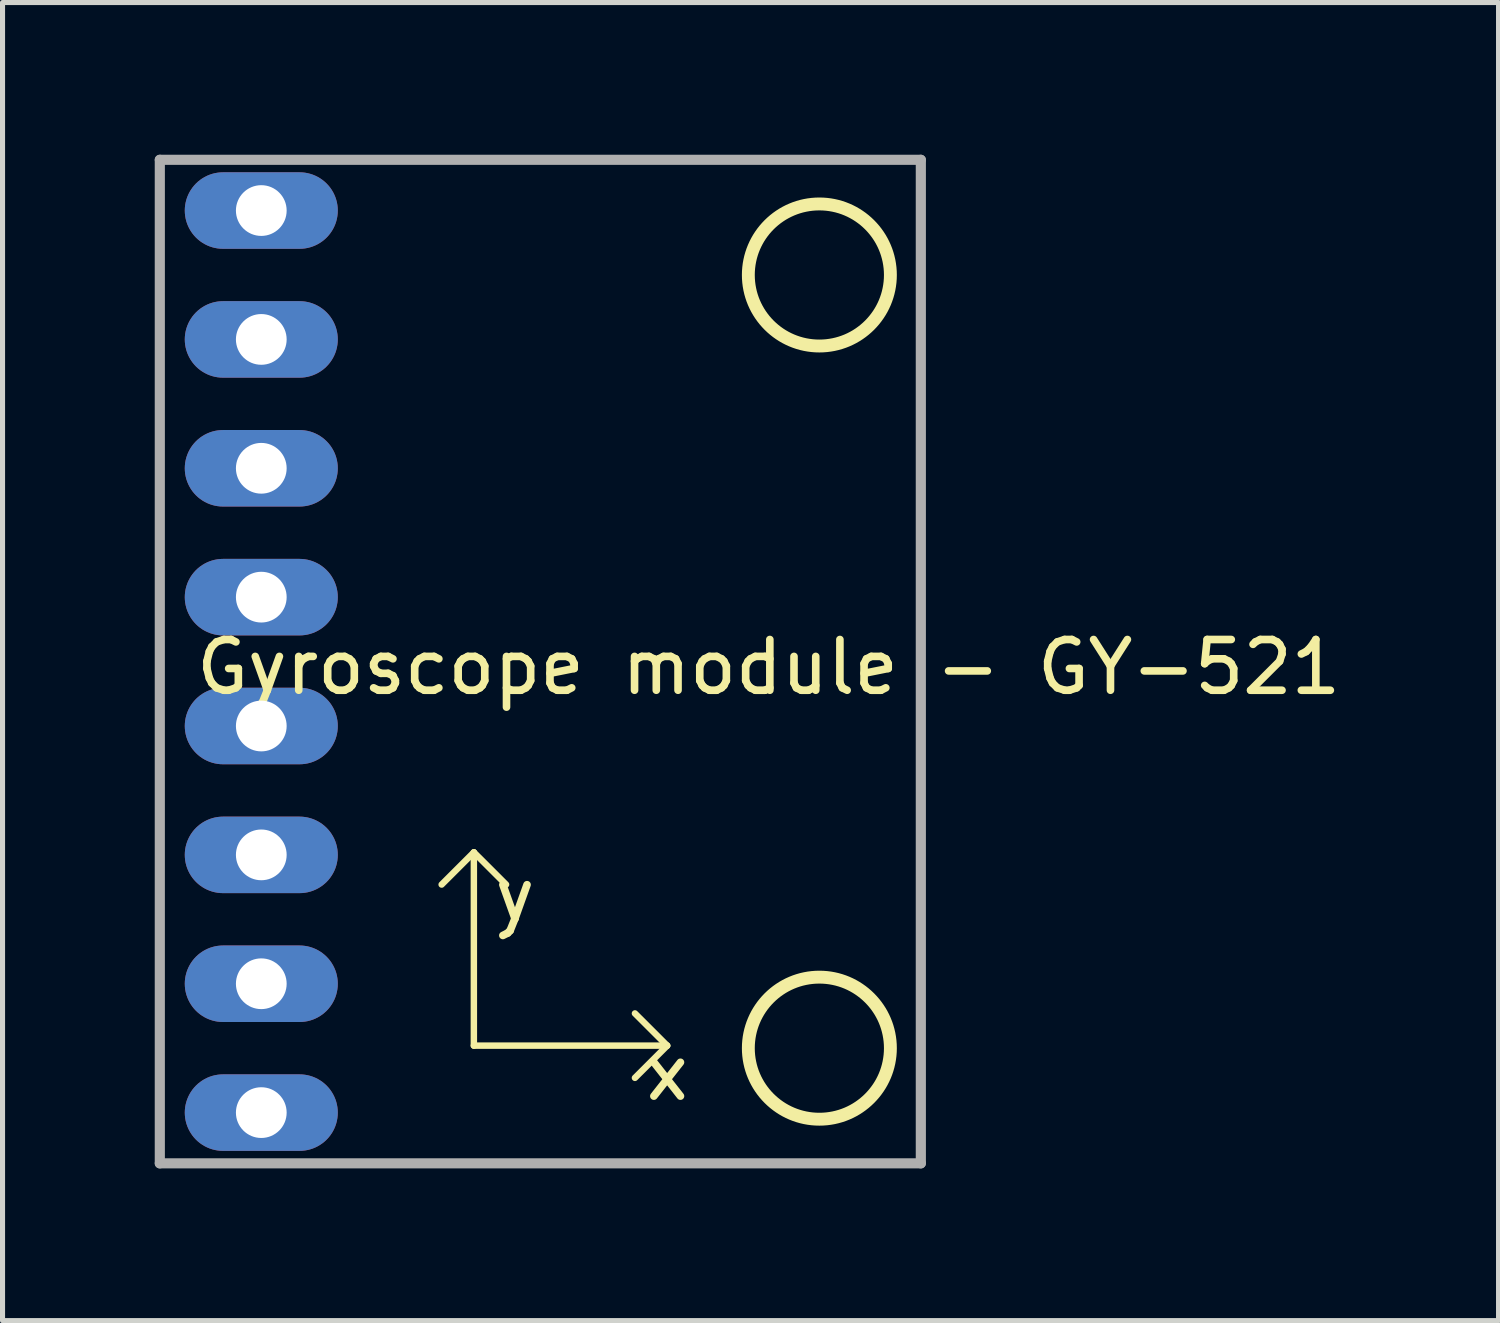
<source format=kicad_pcb>
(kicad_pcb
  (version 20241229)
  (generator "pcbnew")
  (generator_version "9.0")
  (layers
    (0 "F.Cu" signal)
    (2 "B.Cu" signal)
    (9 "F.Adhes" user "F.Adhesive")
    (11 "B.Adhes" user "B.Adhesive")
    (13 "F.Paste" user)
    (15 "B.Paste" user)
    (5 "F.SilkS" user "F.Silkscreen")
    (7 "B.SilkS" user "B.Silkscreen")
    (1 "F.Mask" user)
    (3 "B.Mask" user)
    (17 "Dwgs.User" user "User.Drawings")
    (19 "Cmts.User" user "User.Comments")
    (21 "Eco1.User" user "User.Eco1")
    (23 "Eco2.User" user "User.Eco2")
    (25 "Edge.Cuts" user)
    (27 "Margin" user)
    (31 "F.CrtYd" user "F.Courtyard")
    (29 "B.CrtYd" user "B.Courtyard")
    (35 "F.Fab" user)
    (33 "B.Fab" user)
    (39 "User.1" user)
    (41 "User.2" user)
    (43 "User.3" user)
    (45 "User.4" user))
  (footprint "Gyroscope module - GY-521"
    (layer "F.Cu")
    (at 2.1 1.1)
    (property "Reference" "Gyroscope module - GY-521" (at 10 9 180) (layer "F.SilkS") (effects (font (size 1 1) (thickness 0.15))))
    (attr through_hole)
    (fp_line (start 4.19 12.65) (end 3.555 13.285) (stroke (width 0.127) (type solid)) (layer "F.SilkS"))
    (fp_line (start 4.19 12.65) (end 4.825 13.285) (stroke (width 0.127) (type solid)) (layer "F.SilkS"))
    (fp_line (start 4.19 16.46) (end 4.19 12.65) (stroke (width 0.127) (type solid)) (layer "F.SilkS"))
    (fp_line (start 4.19 16.46) (end 8 16.46) (stroke (width 0.127) (type solid)) (layer "F.SilkS"))
    (fp_line (start 8 16.46) (end 7.365 15.825) (stroke (width 0.127) (type solid)) (layer "F.SilkS"))
    (fp_line (start 8 16.46) (end 7.365 17.095) (stroke (width 0.127) (type solid)) (layer "F.SilkS"))
    (fp_circle (center 11 1.27) (end 12.4 1.27) (stroke (width 0.254) (type solid)) (fill no) (layer "F.SilkS"))
    (fp_circle (center 11 16.51) (end 12.4 16.51) (stroke (width 0.254) (type solid)) (fill no) (layer "F.SilkS"))
    (fp_line (start -2 -1) (end -2 18.78) (stroke (width 0.2) (type solid)) (layer "F.Fab"))
    (fp_line (start -2 -1) (end 13 -1) (stroke (width 0.2) (type solid)) (layer "F.Fab"))
    (fp_line (start -2 18.78) (end 13 18.78) (stroke (width 0.2) (type solid)) (layer "F.Fab"))
    (fp_line (start 13 -1) (end 13 18.78) (stroke (width 0.2) (type solid)) (layer "F.Fab"))
    (fp_text user "y" (at 5 13.5 0) (layer "F.SilkS") (effects (font (size 1 1) (thickness 0.15))))
    (fp_text user "x" (at 8 17 0) (layer "F.SilkS") (effects (font (size 1 1) (thickness 0.15))))
    (pad "ADO" thru_hole oval (at 0 15.24) (size 3.016 1.508) (drill 1) (layers "*.Cu" "*.Mask"))
    (pad "GND" thru_hole oval (at 0 2.54) (size 3.016 1.508) (drill 1) (layers "*.Cu" "*.Mask"))
    (pad "INT" thru_hole oval (at 0 17.78) (size 3.016 1.508) (drill 1) (layers "*.Cu" "*.Mask"))
    (pad "SCL" thru_hole oval (at 0 5.08) (size 3.016 1.508) (drill 1) (layers "*.Cu" "*.Mask"))
    (pad "SDA" thru_hole oval (at 0 7.62) (size 3.016 1.508) (drill 1) (layers "*.Cu" "*.Mask"))
    (pad "VCC" thru_hole oval (at 0 0) (size 3.016 1.508) (drill 1) (layers "*.Cu" "*.Mask"))
    (pad "XCL" thru_hole oval (at 0 10.16) (size 3.016 1.508) (drill 1) (layers "*.Cu" "*.Mask"))
    (pad "XDA" thru_hole oval (at 0 12.7) (size 3.016 1.508) (drill 1) (layers "*.Cu" "*.Mask")))
  (gr_rect
    (start -3 -3)
    (end 26.487 22.98)
    (stroke (width 0.1) (type default))
    (fill no)
    (layer "Edge.Cuts")))
</source>
